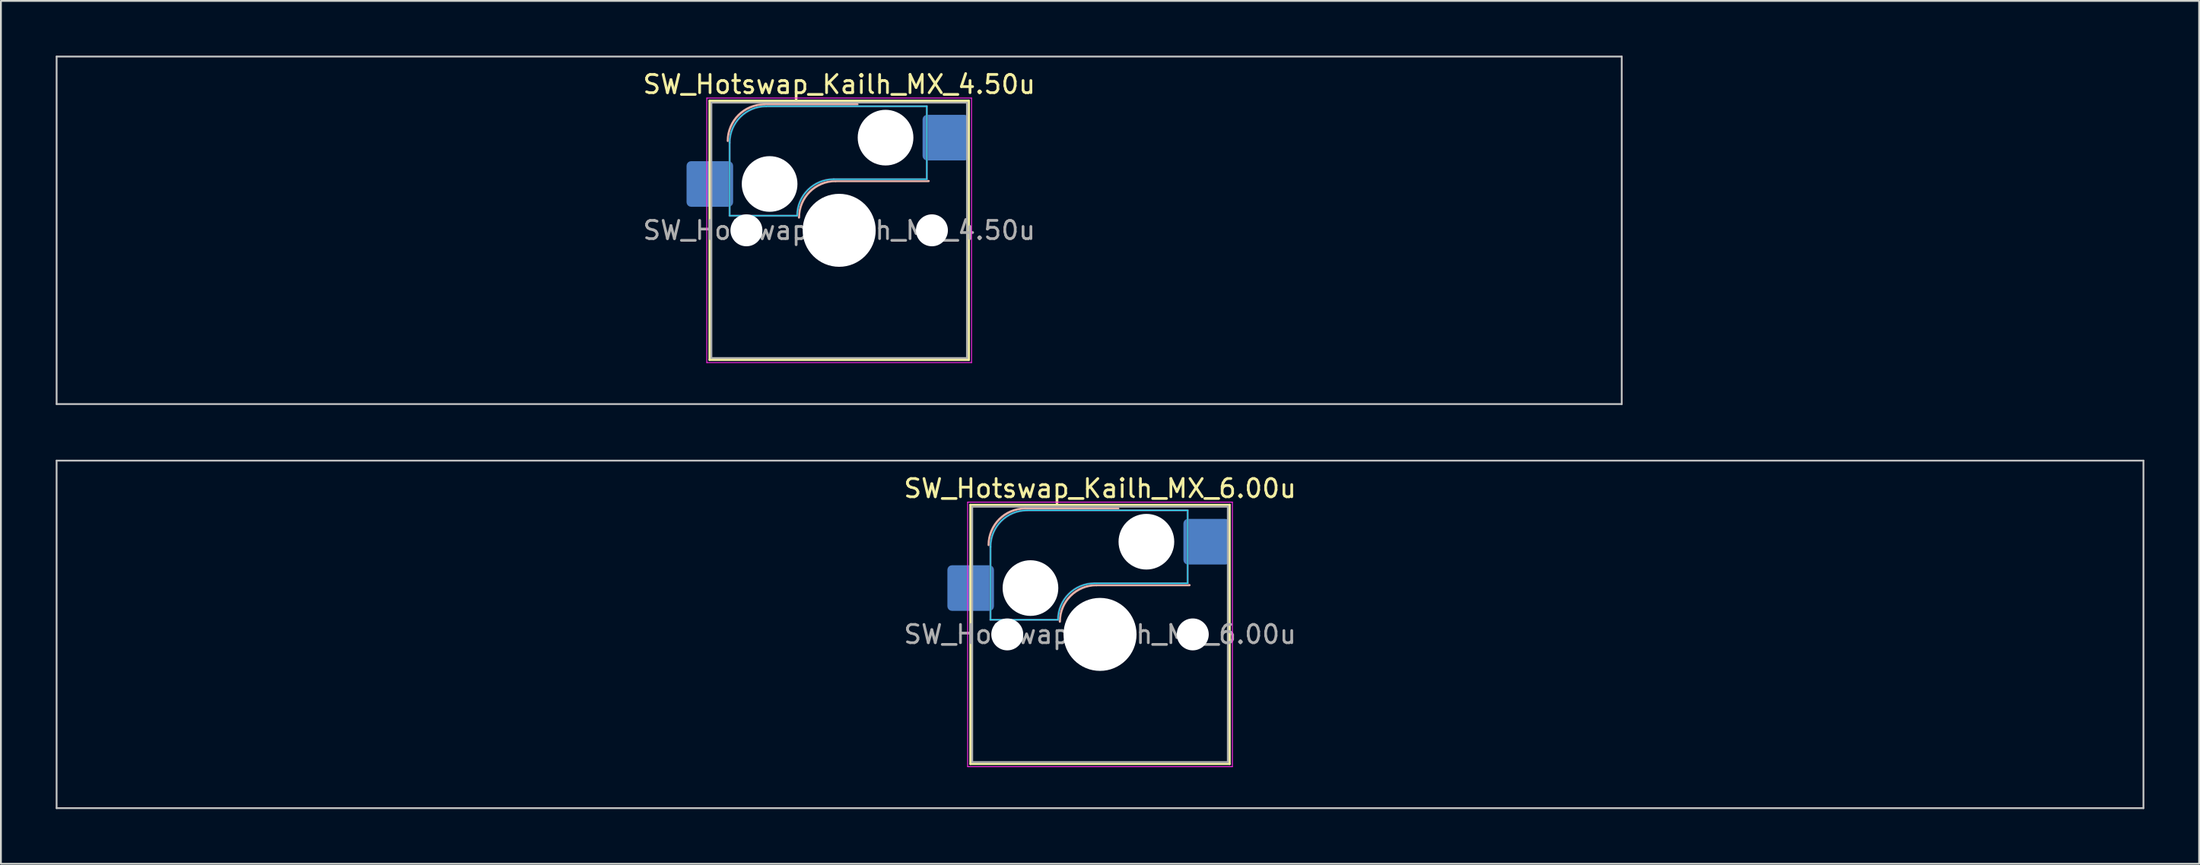
<source format=kicad_pcb>
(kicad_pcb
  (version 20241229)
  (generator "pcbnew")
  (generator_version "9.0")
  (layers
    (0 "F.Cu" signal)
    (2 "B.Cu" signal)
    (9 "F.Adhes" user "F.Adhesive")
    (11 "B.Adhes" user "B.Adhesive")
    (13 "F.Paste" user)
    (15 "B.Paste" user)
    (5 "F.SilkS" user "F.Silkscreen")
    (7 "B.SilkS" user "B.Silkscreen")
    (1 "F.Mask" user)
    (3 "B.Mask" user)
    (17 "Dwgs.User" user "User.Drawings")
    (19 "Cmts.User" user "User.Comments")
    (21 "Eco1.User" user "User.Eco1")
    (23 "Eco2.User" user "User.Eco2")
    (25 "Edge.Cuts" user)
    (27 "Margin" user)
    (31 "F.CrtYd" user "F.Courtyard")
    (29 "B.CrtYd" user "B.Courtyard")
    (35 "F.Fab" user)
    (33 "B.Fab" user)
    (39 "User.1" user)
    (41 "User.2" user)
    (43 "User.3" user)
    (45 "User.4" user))
  (footprint "SW_Hotswap_Kailh_MX_6.00u"
    (layer "F.Cu")
    (at 57.2 31.725)
    (property "Reference" "SW_Hotswap_Kailh_MX_6.00u" (at 0 -8 0) (layer "F.SilkS") (effects (font (size 1 1) (thickness 0.15))))
    (attr smd)
    (fp_line (start -7.1 -7.1) (end -7.1 7.1) (stroke (width 0.12) (type solid)) (layer "F.SilkS"))
    (fp_line (start -7.1 7.1) (end 7.1 7.1) (stroke (width 0.12) (type solid)) (layer "F.SilkS"))
    (fp_line (start 7.1 -7.1) (end -7.1 -7.1) (stroke (width 0.12) (type solid)) (layer "F.SilkS"))
    (fp_line (start 7.1 7.1) (end 7.1 -7.1) (stroke (width 0.12) (type solid)) (layer "F.SilkS"))
    (fp_line (start -4.1 -6.9) (end 1 -6.9) (stroke (width 0.12) (type solid)) (layer "B.SilkS"))
    (fp_line (start -0.2 -2.7) (end 4.9 -2.7) (stroke (width 0.12) (type solid)) (layer "B.SilkS"))
    (fp_arc (start -6.1 -4.9) (mid -5.514214 -6.314214) (end -4.1 -6.9) (stroke (width 0.12) (type solid)) (layer "B.SilkS"))
    (fp_arc (start -2.2 -0.7) (mid -1.614214 -2.114214) (end -0.2 -2.7) (stroke (width 0.12) (type solid)) (layer "B.SilkS"))
    (fp_line (start -57.15 -9.525) (end -57.15 9.525) (stroke (width 0.1) (type solid)) (layer "Dwgs.User"))
    (fp_line (start -57.15 9.525) (end 57.15 9.525) (stroke (width 0.1) (type solid)) (layer "Dwgs.User"))
    (fp_line (start 57.15 -9.525) (end -57.15 -9.525) (stroke (width 0.1) (type solid)) (layer "Dwgs.User"))
    (fp_line (start 57.15 9.525) (end 57.15 -9.525) (stroke (width 0.1) (type solid)) (layer "Dwgs.User"))
    (fp_line (start -7.8 -6) (end -7 -6) (stroke (width 0.1) (type solid)) (layer "Eco1.User"))
    (fp_line (start -7.8 -2.9) (end -7.8 -6) (stroke (width 0.1) (type solid)) (layer "Eco1.User"))
    (fp_line (start -7.8 2.9) (end -7 2.9) (stroke (width 0.1) (type solid)) (layer "Eco1.User"))
    (fp_line (start -7.8 6) (end -7.8 2.9) (stroke (width 0.1) (type solid)) (layer "Eco1.User"))
    (fp_line (start -7 -7) (end 7 -7) (stroke (width 0.1) (type solid)) (layer "Eco1.User"))
    (fp_line (start -7 -6) (end -7 -7) (stroke (width 0.1) (type solid)) (layer "Eco1.User"))
    (fp_line (start -7 -2.9) (end -7.8 -2.9) (stroke (width 0.1) (type solid)) (layer "Eco1.User"))
    (fp_line (start -7 2.9) (end -7 -2.9) (stroke (width 0.1) (type solid)) (layer "Eco1.User"))
    (fp_line (start -7 6) (end -7.8 6) (stroke (width 0.1) (type solid)) (layer "Eco1.User"))
    (fp_line (start -7 7) (end -7 6) (stroke (width 0.1) (type solid)) (layer "Eco1.User"))
    (fp_line (start 7 -7) (end 7 -6) (stroke (width 0.1) (type solid)) (layer "Eco1.User"))
    (fp_line (start 7 -6) (end 7.8 -6) (stroke (width 0.1) (type solid)) (layer "Eco1.User"))
    (fp_line (start 7 -2.9) (end 7 2.9) (stroke (width 0.1) (type solid)) (layer "Eco1.User"))
    (fp_line (start 7 2.9) (end 7.8 2.9) (stroke (width 0.1) (type solid)) (layer "Eco1.User"))
    (fp_line (start 7 6) (end 7 7) (stroke (width 0.1) (type solid)) (layer "Eco1.User"))
    (fp_line (start 7 7) (end -7 7) (stroke (width 0.1) (type solid)) (layer "Eco1.User"))
    (fp_line (start 7.8 -6) (end 7.8 -2.9) (stroke (width 0.1) (type solid)) (layer "Eco1.User"))
    (fp_line (start 7.8 -2.9) (end 7 -2.9) (stroke (width 0.1) (type solid)) (layer "Eco1.User"))
    (fp_line (start 7.8 2.9) (end 7.8 6) (stroke (width 0.1) (type solid)) (layer "Eco1.User"))
    (fp_line (start 7.8 6) (end 7 6) (stroke (width 0.1) (type solid)) (layer "Eco1.User"))
    (fp_line (start -6 -0.8) (end -6 -4.8) (stroke (width 0.05) (type solid)) (layer "B.CrtYd"))
    (fp_line (start -6 -0.8) (end -2.3 -0.8) (stroke (width 0.05) (type solid)) (layer "B.CrtYd"))
    (fp_line (start -4 -6.8) (end 4.8 -6.8) (stroke (width 0.05) (type solid)) (layer "B.CrtYd"))
    (fp_line (start -0.3 -2.8) (end 4.8 -2.8) (stroke (width 0.05) (type solid)) (layer "B.CrtYd"))
    (fp_line (start 4.8 -6.8) (end 4.8 -2.8) (stroke (width 0.05) (type solid)) (layer "B.CrtYd"))
    (fp_arc (start -6 -4.8) (mid -5.414214 -6.214214) (end -4 -6.8) (stroke (width 0.05) (type solid)) (layer "B.CrtYd"))
    (fp_arc (start -2.3 -0.8) (mid -1.714214 -2.214214) (end -0.3 -2.8) (stroke (width 0.05) (type solid)) (layer "B.CrtYd"))
    (fp_line (start -7.25 -7.25) (end -7.25 7.25) (stroke (width 0.05) (type solid)) (layer "F.CrtYd"))
    (fp_line (start -7.25 7.25) (end 7.25 7.25) (stroke (width 0.05) (type solid)) (layer "F.CrtYd"))
    (fp_line (start 7.25 -7.25) (end -7.25 -7.25) (stroke (width 0.05) (type solid)) (layer "F.CrtYd"))
    (fp_line (start 7.25 7.25) (end 7.25 -7.25) (stroke (width 0.05) (type solid)) (layer "F.CrtYd"))
    (fp_line (start -6 -0.8) (end -6 -4.8) (stroke (width 0.12) (type solid)) (layer "B.Fab"))
    (fp_line (start -6 -0.8) (end -2.3 -0.8) (stroke (width 0.12) (type solid)) (layer "B.Fab"))
    (fp_line (start -4 -6.8) (end 4.8 -6.8) (stroke (width 0.12) (type solid)) (layer "B.Fab"))
    (fp_line (start -0.3 -2.8) (end 4.8 -2.8) (stroke (width 0.12) (type solid)) (layer "B.Fab"))
    (fp_line (start 4.8 -6.8) (end 4.8 -2.8) (stroke (width 0.12) (type solid)) (layer "B.Fab"))
    (fp_arc (start -6 -4.8) (mid -5.414214 -6.214214) (end -4 -6.8) (stroke (width 0.12) (type solid)) (layer "B.Fab"))
    (fp_arc (start -2.3 -0.8) (mid -1.714214 -2.214214) (end -0.3 -2.8) (stroke (width 0.12) (type solid)) (layer "B.Fab"))
    (fp_line (start -7 -7) (end -7 7) (stroke (width 0.1) (type solid)) (layer "F.Fab"))
    (fp_line (start -7 7) (end 7 7) (stroke (width 0.1) (type solid)) (layer "F.Fab"))
    (fp_line (start 7 -7) (end -7 -7) (stroke (width 0.1) (type solid)) (layer "F.Fab"))
    (fp_line (start 7 7) (end 7 -7) (stroke (width 0.1) (type solid)) (layer "F.Fab"))
    (fp_text user "${REFERENCE}" (at 0 0 0) (layer "F.Fab") (effects (font (size 1 1) (thickness 0.15))))
    (pad "" np_thru_hole circle (at -5.08 0) (size 1.75 1.75) (drill 1.75) (layers "*.Cu" "*.Mask"))
    (pad "" np_thru_hole circle (at -3.81 -2.54) (size 3.05 3.05) (drill 3.05) (layers "*.Cu" "*.Mask"))
    (pad "" np_thru_hole circle (at 0 0) (size 4 4) (drill 4) (layers "*.Cu" "*.Mask"))
    (pad "" np_thru_hole circle (at 2.54 -5.08) (size 3.05 3.05) (drill 3.05) (layers "*.Cu" "*.Mask"))
    (pad "" np_thru_hole circle (at 5.08 0) (size 1.75 1.75) (drill 1.75) (layers "*.Cu" "*.Mask"))
    (pad "1" smd roundrect (at -7.085 -2.54) (size 2.55 2.5) (layers "B.Cu" "B.Mask" "B.Paste") (roundrect_rratio 0.1))
    (pad "2" smd roundrect (at 5.842 -5.08) (size 2.55 2.5) (layers "B.Cu" "B.Mask" "B.Paste") (roundrect_rratio 0.1)))
  (footprint "SW_Hotswap_Kailh_MX_4.50u"
    (layer "F.Cu")
    (at 42.913 9.575)
    (property "Reference" "SW_Hotswap_Kailh_MX_4.50u" (at 0 -8 0) (layer "F.SilkS") (effects (font (size 1 1) (thickness 0.15))))
    (attr smd)
    (fp_line (start -7.1 -7.1) (end -7.1 7.1) (stroke (width 0.12) (type solid)) (layer "F.SilkS"))
    (fp_line (start -7.1 7.1) (end 7.1 7.1) (stroke (width 0.12) (type solid)) (layer "F.SilkS"))
    (fp_line (start 7.1 -7.1) (end -7.1 -7.1) (stroke (width 0.12) (type solid)) (layer "F.SilkS"))
    (fp_line (start 7.1 7.1) (end 7.1 -7.1) (stroke (width 0.12) (type solid)) (layer "F.SilkS"))
    (fp_line (start -4.1 -6.9) (end 1 -6.9) (stroke (width 0.12) (type solid)) (layer "B.SilkS"))
    (fp_line (start -0.2 -2.7) (end 4.9 -2.7) (stroke (width 0.12) (type solid)) (layer "B.SilkS"))
    (fp_arc (start -6.1 -4.9) (mid -5.514214 -6.314214) (end -4.1 -6.9) (stroke (width 0.12) (type solid)) (layer "B.SilkS"))
    (fp_arc (start -2.2 -0.7) (mid -1.614214 -2.114214) (end -0.2 -2.7) (stroke (width 0.12) (type solid)) (layer "B.SilkS"))
    (fp_line (start -42.862 -9.525) (end -42.862 9.525) (stroke (width 0.1) (type solid)) (layer "Dwgs.User"))
    (fp_line (start -42.862 9.525) (end 42.862 9.525) (stroke (width 0.1) (type solid)) (layer "Dwgs.User"))
    (fp_line (start 42.862 -9.525) (end -42.862 -9.525) (stroke (width 0.1) (type solid)) (layer "Dwgs.User"))
    (fp_line (start 42.862 9.525) (end 42.862 -9.525) (stroke (width 0.1) (type solid)) (layer "Dwgs.User"))
    (fp_line (start -7.8 -6) (end -7 -6) (stroke (width 0.1) (type solid)) (layer "Eco1.User"))
    (fp_line (start -7.8 -2.9) (end -7.8 -6) (stroke (width 0.1) (type solid)) (layer "Eco1.User"))
    (fp_line (start -7.8 2.9) (end -7 2.9) (stroke (width 0.1) (type solid)) (layer "Eco1.User"))
    (fp_line (start -7.8 6) (end -7.8 2.9) (stroke (width 0.1) (type solid)) (layer "Eco1.User"))
    (fp_line (start -7 -7) (end 7 -7) (stroke (width 0.1) (type solid)) (layer "Eco1.User"))
    (fp_line (start -7 -6) (end -7 -7) (stroke (width 0.1) (type solid)) (layer "Eco1.User"))
    (fp_line (start -7 -2.9) (end -7.8 -2.9) (stroke (width 0.1) (type solid)) (layer "Eco1.User"))
    (fp_line (start -7 2.9) (end -7 -2.9) (stroke (width 0.1) (type solid)) (layer "Eco1.User"))
    (fp_line (start -7 6) (end -7.8 6) (stroke (width 0.1) (type solid)) (layer "Eco1.User"))
    (fp_line (start -7 7) (end -7 6) (stroke (width 0.1) (type solid)) (layer "Eco1.User"))
    (fp_line (start 7 -7) (end 7 -6) (stroke (width 0.1) (type solid)) (layer "Eco1.User"))
    (fp_line (start 7 -6) (end 7.8 -6) (stroke (width 0.1) (type solid)) (layer "Eco1.User"))
    (fp_line (start 7 -2.9) (end 7 2.9) (stroke (width 0.1) (type solid)) (layer "Eco1.User"))
    (fp_line (start 7 2.9) (end 7.8 2.9) (stroke (width 0.1) (type solid)) (layer "Eco1.User"))
    (fp_line (start 7 6) (end 7 7) (stroke (width 0.1) (type solid)) (layer "Eco1.User"))
    (fp_line (start 7 7) (end -7 7) (stroke (width 0.1) (type solid)) (layer "Eco1.User"))
    (fp_line (start 7.8 -6) (end 7.8 -2.9) (stroke (width 0.1) (type solid)) (layer "Eco1.User"))
    (fp_line (start 7.8 -2.9) (end 7 -2.9) (stroke (width 0.1) (type solid)) (layer "Eco1.User"))
    (fp_line (start 7.8 2.9) (end 7.8 6) (stroke (width 0.1) (type solid)) (layer "Eco1.User"))
    (fp_line (start 7.8 6) (end 7 6) (stroke (width 0.1) (type solid)) (layer "Eco1.User"))
    (fp_line (start -6 -0.8) (end -6 -4.8) (stroke (width 0.05) (type solid)) (layer "B.CrtYd"))
    (fp_line (start -6 -0.8) (end -2.3 -0.8) (stroke (width 0.05) (type solid)) (layer "B.CrtYd"))
    (fp_line (start -4 -6.8) (end 4.8 -6.8) (stroke (width 0.05) (type solid)) (layer "B.CrtYd"))
    (fp_line (start -0.3 -2.8) (end 4.8 -2.8) (stroke (width 0.05) (type solid)) (layer "B.CrtYd"))
    (fp_line (start 4.8 -6.8) (end 4.8 -2.8) (stroke (width 0.05) (type solid)) (layer "B.CrtYd"))
    (fp_arc (start -6 -4.8) (mid -5.414214 -6.214214) (end -4 -6.8) (stroke (width 0.05) (type solid)) (layer "B.CrtYd"))
    (fp_arc (start -2.3 -0.8) (mid -1.714214 -2.214214) (end -0.3 -2.8) (stroke (width 0.05) (type solid)) (layer "B.CrtYd"))
    (fp_line (start -7.25 -7.25) (end -7.25 7.25) (stroke (width 0.05) (type solid)) (layer "F.CrtYd"))
    (fp_line (start -7.25 7.25) (end 7.25 7.25) (stroke (width 0.05) (type solid)) (layer "F.CrtYd"))
    (fp_line (start 7.25 -7.25) (end -7.25 -7.25) (stroke (width 0.05) (type solid)) (layer "F.CrtYd"))
    (fp_line (start 7.25 7.25) (end 7.25 -7.25) (stroke (width 0.05) (type solid)) (layer "F.CrtYd"))
    (fp_line (start -6 -0.8) (end -6 -4.8) (stroke (width 0.12) (type solid)) (layer "B.Fab"))
    (fp_line (start -6 -0.8) (end -2.3 -0.8) (stroke (width 0.12) (type solid)) (layer "B.Fab"))
    (fp_line (start -4 -6.8) (end 4.8 -6.8) (stroke (width 0.12) (type solid)) (layer "B.Fab"))
    (fp_line (start -0.3 -2.8) (end 4.8 -2.8) (stroke (width 0.12) (type solid)) (layer "B.Fab"))
    (fp_line (start 4.8 -6.8) (end 4.8 -2.8) (stroke (width 0.12) (type solid)) (layer "B.Fab"))
    (fp_arc (start -6 -4.8) (mid -5.414214 -6.214214) (end -4 -6.8) (stroke (width 0.12) (type solid)) (layer "B.Fab"))
    (fp_arc (start -2.3 -0.8) (mid -1.714214 -2.214214) (end -0.3 -2.8) (stroke (width 0.12) (type solid)) (layer "B.Fab"))
    (fp_line (start -7 -7) (end -7 7) (stroke (width 0.1) (type solid)) (layer "F.Fab"))
    (fp_line (start -7 7) (end 7 7) (stroke (width 0.1) (type solid)) (layer "F.Fab"))
    (fp_line (start 7 -7) (end -7 -7) (stroke (width 0.1) (type solid)) (layer "F.Fab"))
    (fp_line (start 7 7) (end 7 -7) (stroke (width 0.1) (type solid)) (layer "F.Fab"))
    (fp_text user "${REFERENCE}" (at 0 0 0) (layer "F.Fab") (effects (font (size 1 1) (thickness 0.15))))
    (pad "" np_thru_hole circle (at -5.08 0) (size 1.75 1.75) (drill 1.75) (layers "*.Cu" "*.Mask"))
    (pad "" np_thru_hole circle (at -3.81 -2.54) (size 3.05 3.05) (drill 3.05) (layers "*.Cu" "*.Mask"))
    (pad "" np_thru_hole circle (at 0 0) (size 4 4) (drill 4) (layers "*.Cu" "*.Mask"))
    (pad "" np_thru_hole circle (at 2.54 -5.08) (size 3.05 3.05) (drill 3.05) (layers "*.Cu" "*.Mask"))
    (pad "" np_thru_hole circle (at 5.08 0) (size 1.75 1.75) (drill 1.75) (layers "*.Cu" "*.Mask"))
    (pad "1" smd roundrect (at -7.085 -2.54) (size 2.55 2.5) (layers "B.Cu" "B.Mask" "B.Paste") (roundrect_rratio 0.1))
    (pad "2" smd roundrect (at 5.842 -5.08) (size 2.55 2.5) (layers "B.Cu" "B.Mask" "B.Paste") (roundrect_rratio 0.1)))
  (gr_rect
    (start -3 -3)
    (end 117.4 44.3)
    (stroke (width 0.1) (type default))
    (fill no)
    (layer "Edge.Cuts")))
</source>
